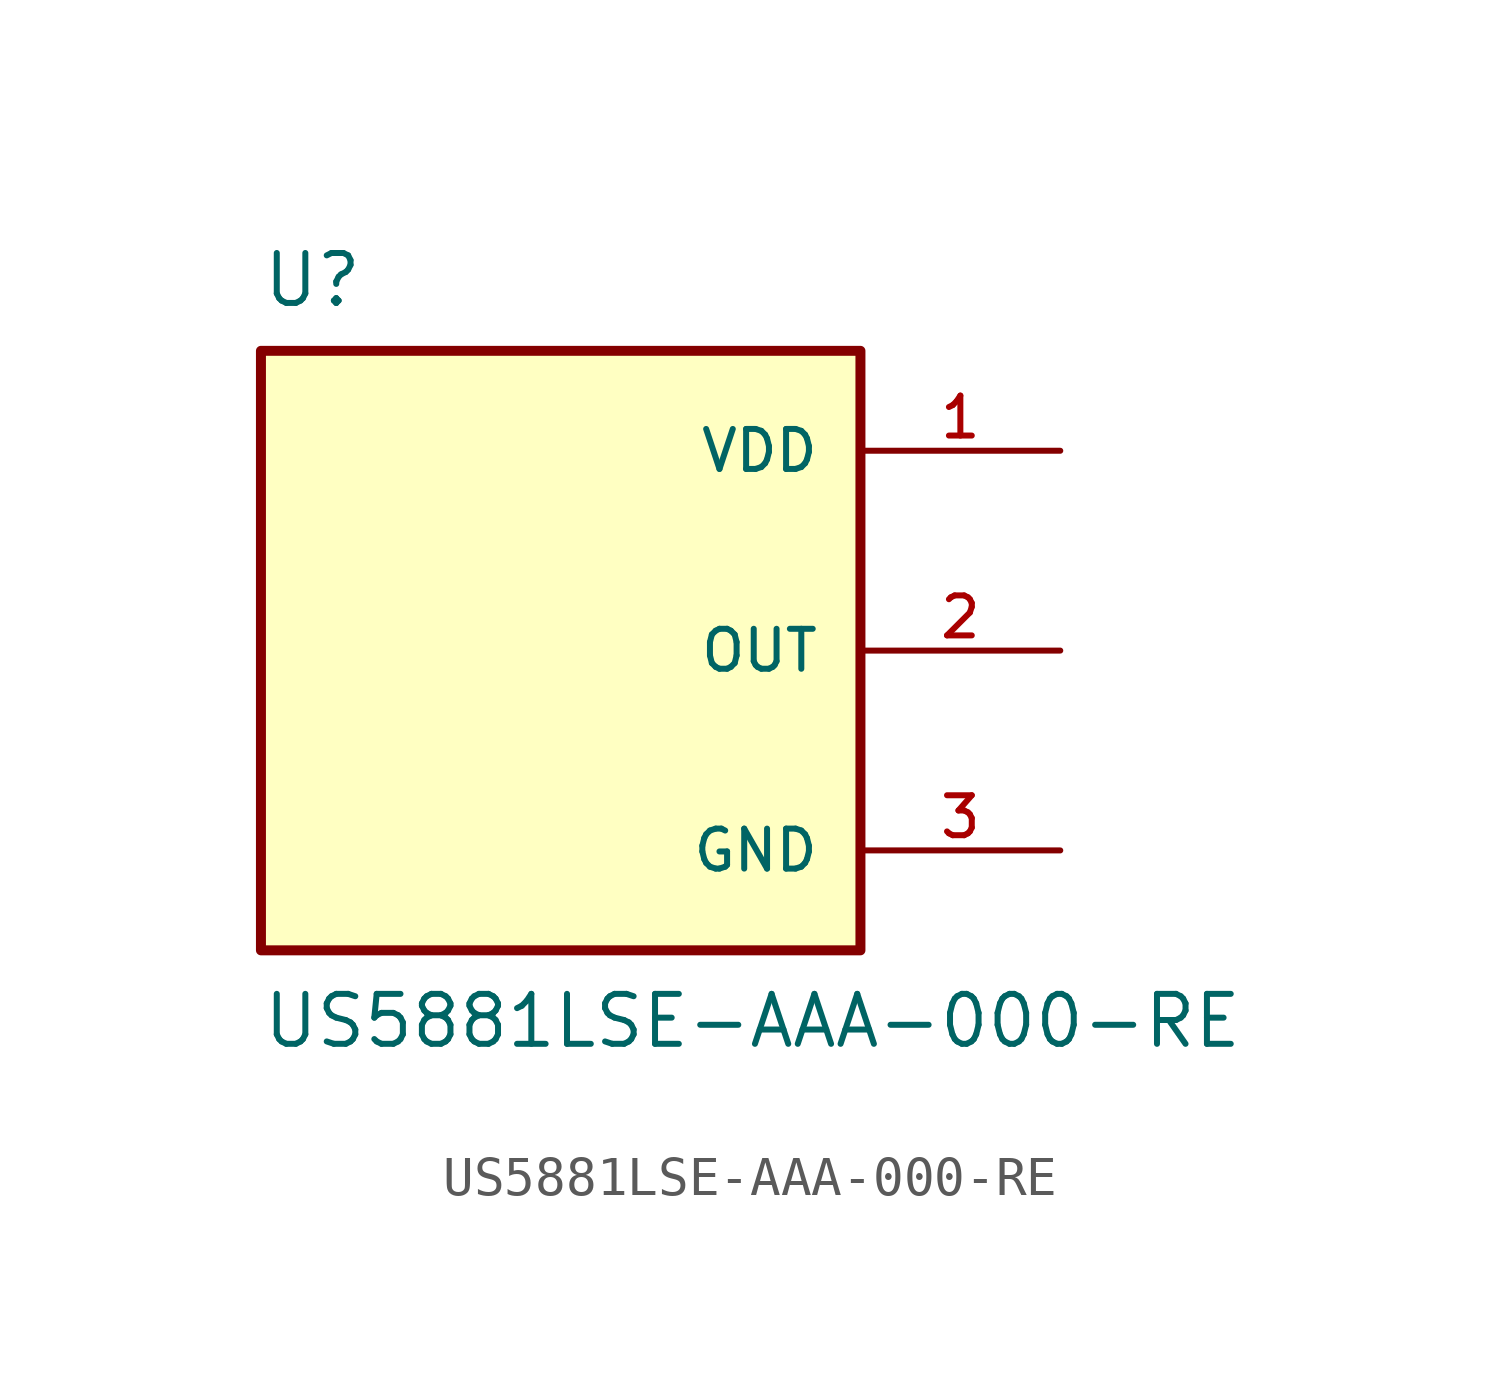
<source format=kicad_sym>
(kicad_symbol_lib
  (version 20211014)
  (generator kicad_symbol_editor)
  (symbol "US5881LSE-AAA-000-RE"
    (pin_names
      (offset 1.016))
    (property "Reference" "U"
      (at -7.62 10.16 0)
      (effects (font (size 1.27 1.27)) (justify top left)))
    (property "Value" "US5881LSE-AAA-000-RE"
      (at -7.62 -10.16 0)
      (effects (font (size 1.27 1.27)) (justify bottom left)))
    (symbol "US5881LSE-AAA-000-RE_0_0"
      (rectangle (start -7.62 -7.62) (end 7.62 7.62) (stroke (width 0.254)) (fill (type background)))
      (pin power_in line (at 12.7 5.08 180.0) (length 5.08) (name "VDD" (effects (font (size 1.016 1.016)))) (number "1" (effects (font (size 1.016 1.016)))))
      (pin output line (at 12.7 0.0 180.0) (length 5.08) (name "OUT" (effects (font (size 1.016 1.016)))) (number "2" (effects (font (size 1.016 1.016)))))
      (pin power_in line (at 12.7 -5.08 180.0) (length 5.08) (name "GND" (effects (font (size 1.016 1.016)))) (number "3" (effects (font (size 1.016 1.016))))))))
</source>
